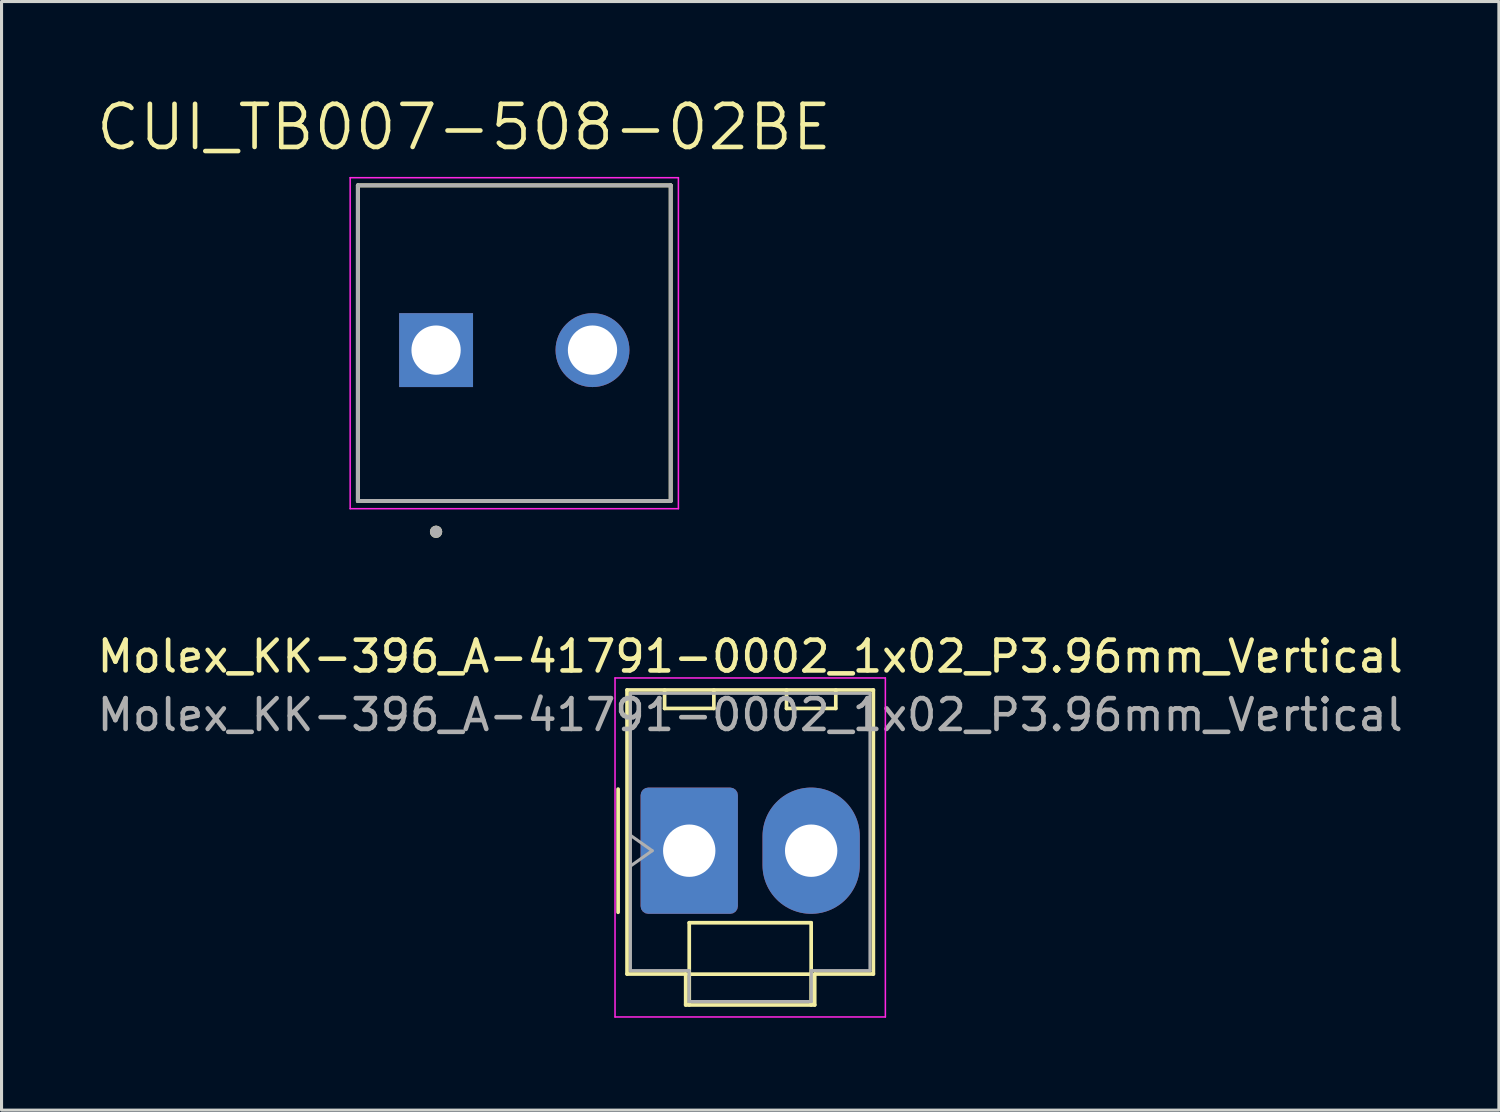
<source format=kicad_pcb>
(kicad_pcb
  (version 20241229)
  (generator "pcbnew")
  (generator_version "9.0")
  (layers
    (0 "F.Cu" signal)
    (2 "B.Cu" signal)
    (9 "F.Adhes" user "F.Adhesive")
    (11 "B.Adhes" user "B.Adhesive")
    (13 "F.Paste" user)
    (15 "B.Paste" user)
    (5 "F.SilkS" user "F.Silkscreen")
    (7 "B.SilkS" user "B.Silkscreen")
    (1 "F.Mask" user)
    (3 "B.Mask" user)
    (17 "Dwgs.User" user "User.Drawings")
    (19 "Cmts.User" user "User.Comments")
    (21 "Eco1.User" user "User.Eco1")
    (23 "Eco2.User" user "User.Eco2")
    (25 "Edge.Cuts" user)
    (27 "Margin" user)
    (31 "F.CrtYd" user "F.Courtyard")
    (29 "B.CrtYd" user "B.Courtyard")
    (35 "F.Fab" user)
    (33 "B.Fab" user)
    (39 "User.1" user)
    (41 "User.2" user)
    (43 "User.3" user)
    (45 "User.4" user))
  (footprint "CUI_TB007-508-02BE"
    (layer "F.Cu")
    (at 11.113 8.321)
    (property "Reference" "CUI_TB007-508-02BE" (at 0.905 -7.239 0) (layer "F.SilkS") (effects (font (size 1.4 1.4) (thickness 0.15))))
    (attr through_hole)
    (fp_line (start -2.54 -5.35) (end 7.62 -5.35) (stroke (width 0.127) (type solid)) (layer "F.SilkS"))
    (fp_line (start -2.54 4.9) (end -2.54 -5.35) (stroke (width 0.127) (type solid)) (layer "F.SilkS"))
    (fp_line (start 7.62 -5.35) (end 7.62 4.9) (stroke (width 0.127) (type solid)) (layer "F.SilkS"))
    (fp_line (start 7.62 4.9) (end -2.54 4.9) (stroke (width 0.127) (type solid)) (layer "F.SilkS"))
    (fp_circle (center 0 5.9) (end 0.1 5.9) (stroke (width 0.2) (type solid)) (fill no) (layer "F.SilkS"))
    (fp_line (start -2.79 -5.6) (end 7.87 -5.6) (stroke (width 0.05) (type solid)) (layer "F.CrtYd"))
    (fp_line (start -2.79 5.15) (end -2.79 -5.6) (stroke (width 0.05) (type solid)) (layer "F.CrtYd"))
    (fp_line (start 7.87 -5.6) (end 7.87 5.15) (stroke (width 0.05) (type solid)) (layer "F.CrtYd"))
    (fp_line (start 7.87 5.15) (end -2.79 5.15) (stroke (width 0.05) (type solid)) (layer "F.CrtYd"))
    (fp_line (start -2.54 -5.35) (end 7.62 -5.35) (stroke (width 0.127) (type solid)) (layer "F.Fab"))
    (fp_line (start -2.54 4.9) (end -2.54 -5.35) (stroke (width 0.127) (type solid)) (layer "F.Fab"))
    (fp_line (start 7.62 -5.35) (end 7.62 4.9) (stroke (width 0.127) (type solid)) (layer "F.Fab"))
    (fp_line (start 7.62 4.9) (end -2.54 4.9) (stroke (width 0.127) (type solid)) (layer "F.Fab"))
    (fp_circle (center 0 5.9) (end 0.1 5.9) (stroke (width 0.2) (type solid)) (fill no) (layer "F.Fab"))
    (pad "1" thru_hole rect (at 0 0) (size 2.4 2.4) (drill 1.6) (layers "*.Cu" "*.Mask"))
    (pad "2" thru_hole circle (at 5.08 0) (size 2.4 2.4) (drill 1.6) (layers "*.Cu" "*.Mask")))
  (footprint "Molex_KK-396_A-41791-0002_1x02_P3.96mm_Vertical"
    (layer "F.Cu")
    (at 19.335 24.579)
    (property "Reference" "Molex_KK-396_A-41791-0002_1x02_P3.96mm_Vertical" (at 1.98 -6.31 0) (layer "F.SilkS") (effects (font (size 1 1) (thickness 0.15))))
    (attr through_hole)
    (fp_line (start -2.31 -2) (end -2.31 2) (stroke (width 0.12) (type solid)) (layer "F.SilkS"))
    (fp_line (start -2.02 -5.22) (end 5.98 -5.22) (stroke (width 0.12) (type solid)) (layer "F.SilkS"))
    (fp_line (start -2.02 4.005) (end -2.02 -5.22) (stroke (width 0.12) (type solid)) (layer "F.SilkS"))
    (fp_line (start -0.8 -5.22) (end -0.8 -4.62) (stroke (width 0.12) (type solid)) (layer "F.SilkS"))
    (fp_line (start -0.8 -4.62) (end 0.8 -4.62) (stroke (width 0.12) (type solid)) (layer "F.SilkS"))
    (fp_line (start -0.115 4.005) (end -2.02 4.005) (stroke (width 0.12) (type solid)) (layer "F.SilkS"))
    (fp_line (start -0.115 5.01) (end -0.115 4.005) (stroke (width 0.12) (type solid)) (layer "F.SilkS"))
    (fp_line (start 0 2.34) (end 3.96 2.34) (stroke (width 0.12) (type solid)) (layer "F.SilkS"))
    (fp_line (start 0 4.01) (end 0 2.34) (stroke (width 0.12) (type solid)) (layer "F.SilkS"))
    (fp_line (start 0 4.01) (end 3.96 4.01) (stroke (width 0.12) (type solid)) (layer "F.SilkS"))
    (fp_line (start 0 5.01) (end 0 4.01) (stroke (width 0.12) (type solid)) (layer "F.SilkS"))
    (fp_line (start 0.8 -4.62) (end 0.8 -5.22) (stroke (width 0.12) (type solid)) (layer "F.SilkS"))
    (fp_line (start 3.16 -5.22) (end 3.16 -4.62) (stroke (width 0.12) (type solid)) (layer "F.SilkS"))
    (fp_line (start 3.16 -4.62) (end 4.76 -4.62) (stroke (width 0.12) (type solid)) (layer "F.SilkS"))
    (fp_line (start 3.96 2.34) (end 3.96 4.01) (stroke (width 0.12) (type solid)) (layer "F.SilkS"))
    (fp_line (start 3.96 4.01) (end 3.96 5.01) (stroke (width 0.12) (type solid)) (layer "F.SilkS"))
    (fp_line (start 4.075 4.005) (end 4.075 5.01) (stroke (width 0.12) (type solid)) (layer "F.SilkS"))
    (fp_line (start 4.075 5.01) (end -0.115 5.01) (stroke (width 0.12) (type solid)) (layer "F.SilkS"))
    (fp_line (start 4.76 -4.62) (end 4.76 -5.22) (stroke (width 0.12) (type solid)) (layer "F.SilkS"))
    (fp_line (start 5.98 -5.22) (end 5.98 4.005) (stroke (width 0.12) (type solid)) (layer "F.SilkS"))
    (fp_line (start 5.98 4.005) (end 4.075 4.005) (stroke (width 0.12) (type solid)) (layer "F.SilkS"))
    (fp_line (start -2.41 -5.61) (end -2.41 5.4) (stroke (width 0.05) (type solid)) (layer "F.CrtYd"))
    (fp_line (start -2.41 5.4) (end 6.37 5.4) (stroke (width 0.05) (type solid)) (layer "F.CrtYd"))
    (fp_line (start 6.37 -5.61) (end -2.41 -5.61) (stroke (width 0.05) (type solid)) (layer "F.CrtYd"))
    (fp_line (start 6.37 5.4) (end 6.37 -5.61) (stroke (width 0.05) (type solid)) (layer "F.CrtYd"))
    (fp_line (start -1.91 -5.11) (end 5.87 -5.11) (stroke (width 0.1) (type solid)) (layer "F.Fab"))
    (fp_line (start -1.91 -0.5) (end -1.203 0) (stroke (width 0.1) (type solid)) (layer "F.Fab"))
    (fp_line (start -1.91 3.895) (end -1.91 -5.11) (stroke (width 0.1) (type solid)) (layer "F.Fab"))
    (fp_line (start -1.203 0) (end -1.91 0.5) (stroke (width 0.1) (type solid)) (layer "F.Fab"))
    (fp_line (start -0.005 3.895) (end -1.91 3.895) (stroke (width 0.1) (type solid)) (layer "F.Fab"))
    (fp_line (start -0.005 4.9) (end -0.005 3.895) (stroke (width 0.1) (type solid)) (layer "F.Fab"))
    (fp_line (start 3.965 3.895) (end 3.965 4.9) (stroke (width 0.1) (type solid)) (layer "F.Fab"))
    (fp_line (start 3.965 4.9) (end -0.005 4.9) (stroke (width 0.1) (type solid)) (layer "F.Fab"))
    (fp_line (start 5.87 -5.11) (end 5.87 3.895) (stroke (width 0.1) (type solid)) (layer "F.Fab"))
    (fp_line (start 5.87 3.895) (end 3.965 3.895) (stroke (width 0.1) (type solid)) (layer "F.Fab"))
    (fp_text user "${REFERENCE}" (at 1.98 -4.41 0) (layer "F.Fab") (effects (font (size 1 1) (thickness 0.15))))
    (pad "1" thru_hole roundrect (at 0 0) (size 3.16 4.1) (drill 1.7) (layers "*.Cu" "*.Mask") (roundrect_rratio 0.079))
    (pad "2" thru_hole oval (at 3.96 0) (size 3.16 4.1) (drill 1.7) (layers "*.Cu" "*.Mask")))
  (gr_rect
    (start -3 -3)
    (end 45.631 33.005)
    (stroke (width 0.1) (type default))
    (fill no)
    (layer "Edge.Cuts")))
</source>
